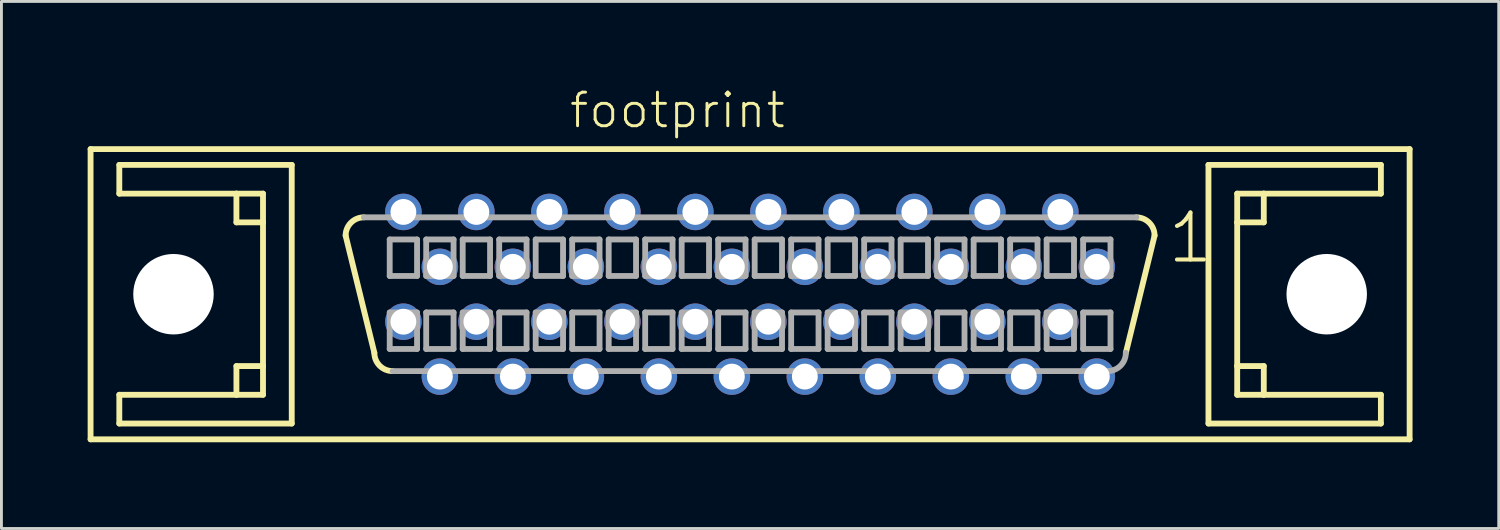
<source format=kicad_pcb>
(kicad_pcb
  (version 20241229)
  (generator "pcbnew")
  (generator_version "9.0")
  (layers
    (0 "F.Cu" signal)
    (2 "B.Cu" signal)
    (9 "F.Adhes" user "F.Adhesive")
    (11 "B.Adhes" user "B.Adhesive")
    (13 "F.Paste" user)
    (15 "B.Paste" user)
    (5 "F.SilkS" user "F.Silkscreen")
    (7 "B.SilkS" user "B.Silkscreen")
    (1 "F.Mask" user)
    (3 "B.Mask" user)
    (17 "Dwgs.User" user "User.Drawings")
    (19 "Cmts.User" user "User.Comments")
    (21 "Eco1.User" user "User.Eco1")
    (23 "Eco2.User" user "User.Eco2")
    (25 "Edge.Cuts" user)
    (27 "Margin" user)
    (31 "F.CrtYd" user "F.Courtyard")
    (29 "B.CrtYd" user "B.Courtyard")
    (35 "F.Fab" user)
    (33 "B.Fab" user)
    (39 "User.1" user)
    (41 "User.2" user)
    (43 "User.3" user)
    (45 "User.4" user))
  (footprint "footprint"
    (layer "F.Cu")
    (at 23.052 7.188)
    (property "Reference" "footprint" (at -6.35 -5.715 0) (layer "F.SilkS") (effects (font (size 1.168 1.168) (thickness 0.102)) (justify left bottom)))
    (fp_line (start -22.95 -5.05) (end 22.95 -5.05) (stroke (width 0.203) (type solid)) (layer "F.SilkS"))
    (fp_line (start -22.95 5.05) (end -22.95 -5.05) (stroke (width 0.203) (type solid)) (layer "F.SilkS"))
    (fp_line (start -21.95 -4.5) (end -21.95 -3.5) (stroke (width 0.203) (type solid)) (layer "F.SilkS"))
    (fp_line (start -21.95 -3.5) (end -17.875 -3.5) (stroke (width 0.203) (type solid)) (layer "F.SilkS"))
    (fp_line (start -21.95 3.5) (end -21.95 4.5) (stroke (width 0.203) (type solid)) (layer "F.SilkS"))
    (fp_line (start -21.95 4.5) (end -15.95 4.5) (stroke (width 0.203) (type solid)) (layer "F.SilkS"))
    (fp_line (start -17.875 -3.5) (end -17.875 -2.5) (stroke (width 0.203) (type solid)) (layer "F.SilkS"))
    (fp_line (start -17.875 -3.5) (end -16.95 -3.5) (stroke (width 0.203) (type solid)) (layer "F.SilkS"))
    (fp_line (start -17.875 -2.5) (end -16.95 -2.5) (stroke (width 0.203) (type solid)) (layer "F.SilkS"))
    (fp_line (start -17.875 2.5) (end -17.875 3.5) (stroke (width 0.203) (type solid)) (layer "F.SilkS"))
    (fp_line (start -17.875 3.5) (end -21.95 3.5) (stroke (width 0.203) (type solid)) (layer "F.SilkS"))
    (fp_line (start -16.95 -3.5) (end -16.95 -2.5) (stroke (width 0.203) (type solid)) (layer "F.SilkS"))
    (fp_line (start -16.95 -2.5) (end -16.95 2.5) (stroke (width 0.203) (type solid)) (layer "F.SilkS"))
    (fp_line (start -16.95 2.5) (end -17.875 2.5) (stroke (width 0.203) (type solid)) (layer "F.SilkS"))
    (fp_line (start -16.95 2.5) (end -16.95 3.5) (stroke (width 0.203) (type solid)) (layer "F.SilkS"))
    (fp_line (start -16.95 3.5) (end -17.875 3.5) (stroke (width 0.203) (type solid)) (layer "F.SilkS"))
    (fp_line (start -15.95 -4.5) (end -21.95 -4.5) (stroke (width 0.203) (type solid)) (layer "F.SilkS"))
    (fp_line (start -15.95 4.5) (end -15.95 -4.5) (stroke (width 0.203) (type solid)) (layer "F.SilkS"))
    (fp_line (start -13.075 2.04) (end -14.075 -2.04) (stroke (width 0.203) (type solid)) (layer "F.SilkS"))
    (fp_line (start 14.075 -2.04) (end 13.075 2.04) (stroke (width 0.203) (type solid)) (layer "F.SilkS"))
    (fp_line (start 15.95 -4.5) (end 15.95 4.5) (stroke (width 0.203) (type solid)) (layer "F.SilkS"))
    (fp_line (start 15.95 4.5) (end 21.95 4.5) (stroke (width 0.203) (type solid)) (layer "F.SilkS"))
    (fp_line (start 16.95 -3.5) (end 17.875 -3.5) (stroke (width 0.203) (type solid)) (layer "F.SilkS"))
    (fp_line (start 16.95 -2.5) (end 16.95 -3.5) (stroke (width 0.203) (type solid)) (layer "F.SilkS"))
    (fp_line (start 16.95 -2.5) (end 17.875 -2.5) (stroke (width 0.203) (type solid)) (layer "F.SilkS"))
    (fp_line (start 16.95 2.5) (end 16.95 -2.5) (stroke (width 0.203) (type solid)) (layer "F.SilkS"))
    (fp_line (start 16.95 3.5) (end 16.95 2.5) (stroke (width 0.203) (type solid)) (layer "F.SilkS"))
    (fp_line (start 17.875 -3.5) (end 21.95 -3.5) (stroke (width 0.203) (type solid)) (layer "F.SilkS"))
    (fp_line (start 17.875 -2.5) (end 17.875 -3.5) (stroke (width 0.203) (type solid)) (layer "F.SilkS"))
    (fp_line (start 17.875 2.5) (end 16.95 2.5) (stroke (width 0.203) (type solid)) (layer "F.SilkS"))
    (fp_line (start 17.875 3.5) (end 16.95 3.5) (stroke (width 0.203) (type solid)) (layer "F.SilkS"))
    (fp_line (start 17.875 3.5) (end 17.875 2.5) (stroke (width 0.203) (type solid)) (layer "F.SilkS"))
    (fp_line (start 21.95 -4.5) (end 15.95 -4.5) (stroke (width 0.203) (type solid)) (layer "F.SilkS"))
    (fp_line (start 21.95 -3.5) (end 21.95 -4.5) (stroke (width 0.203) (type solid)) (layer "F.SilkS"))
    (fp_line (start 21.95 3.5) (end 17.875 3.5) (stroke (width 0.203) (type solid)) (layer "F.SilkS"))
    (fp_line (start 21.95 4.5) (end 21.95 3.5) (stroke (width 0.203) (type solid)) (layer "F.SilkS"))
    (fp_line (start 22.95 -5.05) (end 22.95 5.05) (stroke (width 0.203) (type solid)) (layer "F.SilkS"))
    (fp_line (start 22.95 5.05) (end -22.95 5.05) (stroke (width 0.203) (type solid)) (layer "F.SilkS"))
    (fp_arc (start -14.075 -2.04) (mid -13.889013 -2.489013) (end -13.44 -2.675) (stroke (width 0.2032) (type solid)) (layer "F.SilkS"))
    (fp_arc (start -12.44 2.675) (mid -12.889013 2.489013) (end -13.075 2.04) (stroke (width 0.2032) (type solid)) (layer "F.SilkS"))
    (fp_arc (start 13.44 -2.675) (mid 13.889013 -2.489013) (end 14.075 -2.04) (stroke (width 0.2032) (type solid)) (layer "F.SilkS"))
    (fp_line (start -13.44 -2.675) (end 13.44 -2.675) (stroke (width 0.203) (type solid)) (layer "F.Fab"))
    (fp_line (start -12.541 -1.905) (end -12.541 -0.635) (stroke (width 0.203) (type solid)) (layer "F.Fab"))
    (fp_line (start -12.541 -0.635) (end -11.589 -0.635) (stroke (width 0.203) (type solid)) (layer "F.Fab"))
    (fp_line (start -12.541 0.635) (end -12.541 1.905) (stroke (width 0.203) (type solid)) (layer "F.Fab"))
    (fp_line (start -12.541 1.905) (end -11.589 1.905) (stroke (width 0.203) (type solid)) (layer "F.Fab"))
    (fp_line (start -11.589 -1.905) (end -12.541 -1.905) (stroke (width 0.203) (type solid)) (layer "F.Fab"))
    (fp_line (start -11.589 -0.635) (end -11.589 -1.905) (stroke (width 0.203) (type solid)) (layer "F.Fab"))
    (fp_line (start -11.589 0.635) (end -12.541 0.635) (stroke (width 0.203) (type solid)) (layer "F.Fab"))
    (fp_line (start -11.589 1.905) (end -11.589 0.635) (stroke (width 0.203) (type solid)) (layer "F.Fab"))
    (fp_line (start -11.271 -1.905) (end -11.271 -0.635) (stroke (width 0.203) (type solid)) (layer "F.Fab"))
    (fp_line (start -11.271 -0.635) (end -10.319 -0.635) (stroke (width 0.203) (type solid)) (layer "F.Fab"))
    (fp_line (start -11.271 0.635) (end -11.271 1.905) (stroke (width 0.203) (type solid)) (layer "F.Fab"))
    (fp_line (start -11.271 1.905) (end -10.319 1.905) (stroke (width 0.203) (type solid)) (layer "F.Fab"))
    (fp_line (start -10.319 -1.905) (end -11.271 -1.905) (stroke (width 0.203) (type solid)) (layer "F.Fab"))
    (fp_line (start -10.319 -0.635) (end -10.319 -1.905) (stroke (width 0.203) (type solid)) (layer "F.Fab"))
    (fp_line (start -10.319 0.635) (end -11.271 0.635) (stroke (width 0.203) (type solid)) (layer "F.Fab"))
    (fp_line (start -10.319 1.905) (end -10.319 0.635) (stroke (width 0.203) (type solid)) (layer "F.Fab"))
    (fp_line (start -10.001 -1.905) (end -10.001 -0.635) (stroke (width 0.203) (type solid)) (layer "F.Fab"))
    (fp_line (start -10.001 -0.635) (end -9.049 -0.635) (stroke (width 0.203) (type solid)) (layer "F.Fab"))
    (fp_line (start -10.001 0.635) (end -10.001 1.905) (stroke (width 0.203) (type solid)) (layer "F.Fab"))
    (fp_line (start -10.001 1.905) (end -9.049 1.905) (stroke (width 0.203) (type solid)) (layer "F.Fab"))
    (fp_line (start -9.049 -1.905) (end -10.001 -1.905) (stroke (width 0.203) (type solid)) (layer "F.Fab"))
    (fp_line (start -9.049 -0.635) (end -9.049 -1.905) (stroke (width 0.203) (type solid)) (layer "F.Fab"))
    (fp_line (start -9.049 0.635) (end -10.001 0.635) (stroke (width 0.203) (type solid)) (layer "F.Fab"))
    (fp_line (start -9.049 1.905) (end -9.049 0.635) (stroke (width 0.203) (type solid)) (layer "F.Fab"))
    (fp_line (start -8.731 -1.905) (end -8.731 -0.635) (stroke (width 0.203) (type solid)) (layer "F.Fab"))
    (fp_line (start -8.731 -0.635) (end -7.779 -0.635) (stroke (width 0.203) (type solid)) (layer "F.Fab"))
    (fp_line (start -8.731 0.635) (end -8.731 1.905) (stroke (width 0.203) (type solid)) (layer "F.Fab"))
    (fp_line (start -8.731 1.905) (end -7.779 1.905) (stroke (width 0.203) (type solid)) (layer "F.Fab"))
    (fp_line (start -7.779 -1.905) (end -8.731 -1.905) (stroke (width 0.203) (type solid)) (layer "F.Fab"))
    (fp_line (start -7.779 -0.635) (end -7.779 -1.905) (stroke (width 0.203) (type solid)) (layer "F.Fab"))
    (fp_line (start -7.779 0.635) (end -8.731 0.635) (stroke (width 0.203) (type solid)) (layer "F.Fab"))
    (fp_line (start -7.779 1.905) (end -7.779 0.635) (stroke (width 0.203) (type solid)) (layer "F.Fab"))
    (fp_line (start -7.461 -1.905) (end -7.461 -0.635) (stroke (width 0.203) (type solid)) (layer "F.Fab"))
    (fp_line (start -7.461 -0.635) (end -6.509 -0.635) (stroke (width 0.203) (type solid)) (layer "F.Fab"))
    (fp_line (start -7.461 0.635) (end -7.461 1.905) (stroke (width 0.203) (type solid)) (layer "F.Fab"))
    (fp_line (start -7.461 1.905) (end -6.509 1.905) (stroke (width 0.203) (type solid)) (layer "F.Fab"))
    (fp_line (start -6.509 -1.905) (end -7.461 -1.905) (stroke (width 0.203) (type solid)) (layer "F.Fab"))
    (fp_line (start -6.509 -0.635) (end -6.509 -1.905) (stroke (width 0.203) (type solid)) (layer "F.Fab"))
    (fp_line (start -6.509 0.635) (end -7.461 0.635) (stroke (width 0.203) (type solid)) (layer "F.Fab"))
    (fp_line (start -6.509 1.905) (end -6.509 0.635) (stroke (width 0.203) (type solid)) (layer "F.Fab"))
    (fp_line (start -6.191 -1.905) (end -6.191 -0.635) (stroke (width 0.203) (type solid)) (layer "F.Fab"))
    (fp_line (start -6.191 -0.635) (end -5.239 -0.635) (stroke (width 0.203) (type solid)) (layer "F.Fab"))
    (fp_line (start -6.191 0.635) (end -6.191 1.905) (stroke (width 0.203) (type solid)) (layer "F.Fab"))
    (fp_line (start -6.191 1.905) (end -5.239 1.905) (stroke (width 0.203) (type solid)) (layer "F.Fab"))
    (fp_line (start -5.239 -1.905) (end -6.191 -1.905) (stroke (width 0.203) (type solid)) (layer "F.Fab"))
    (fp_line (start -5.239 -0.635) (end -5.239 -1.905) (stroke (width 0.203) (type solid)) (layer "F.Fab"))
    (fp_line (start -5.239 0.635) (end -6.191 0.635) (stroke (width 0.203) (type solid)) (layer "F.Fab"))
    (fp_line (start -5.239 1.905) (end -5.239 0.635) (stroke (width 0.203) (type solid)) (layer "F.Fab"))
    (fp_line (start -4.921 -1.905) (end -4.921 -0.635) (stroke (width 0.203) (type solid)) (layer "F.Fab"))
    (fp_line (start -4.921 -0.635) (end -3.969 -0.635) (stroke (width 0.203) (type solid)) (layer "F.Fab"))
    (fp_line (start -4.921 0.635) (end -4.921 1.905) (stroke (width 0.203) (type solid)) (layer "F.Fab"))
    (fp_line (start -4.921 1.905) (end -3.969 1.905) (stroke (width 0.203) (type solid)) (layer "F.Fab"))
    (fp_line (start -3.969 -1.905) (end -4.921 -1.905) (stroke (width 0.203) (type solid)) (layer "F.Fab"))
    (fp_line (start -3.969 -0.635) (end -3.969 -1.905) (stroke (width 0.203) (type solid)) (layer "F.Fab"))
    (fp_line (start -3.969 0.635) (end -4.921 0.635) (stroke (width 0.203) (type solid)) (layer "F.Fab"))
    (fp_line (start -3.969 1.905) (end -3.969 0.635) (stroke (width 0.203) (type solid)) (layer "F.Fab"))
    (fp_line (start -3.651 -1.905) (end -3.651 -0.635) (stroke (width 0.203) (type solid)) (layer "F.Fab"))
    (fp_line (start -3.651 -0.635) (end -2.699 -0.635) (stroke (width 0.203) (type solid)) (layer "F.Fab"))
    (fp_line (start -3.651 0.635) (end -3.651 1.905) (stroke (width 0.203) (type solid)) (layer "F.Fab"))
    (fp_line (start -3.651 1.905) (end -2.699 1.905) (stroke (width 0.203) (type solid)) (layer "F.Fab"))
    (fp_line (start -2.699 -1.905) (end -3.651 -1.905) (stroke (width 0.203) (type solid)) (layer "F.Fab"))
    (fp_line (start -2.699 -0.635) (end -2.699 -1.905) (stroke (width 0.203) (type solid)) (layer "F.Fab"))
    (fp_line (start -2.699 0.635) (end -3.651 0.635) (stroke (width 0.203) (type solid)) (layer "F.Fab"))
    (fp_line (start -2.699 1.905) (end -2.699 0.635) (stroke (width 0.203) (type solid)) (layer "F.Fab"))
    (fp_line (start -2.381 -1.905) (end -2.381 -0.635) (stroke (width 0.203) (type solid)) (layer "F.Fab"))
    (fp_line (start -2.381 -0.635) (end -1.429 -0.635) (stroke (width 0.203) (type solid)) (layer "F.Fab"))
    (fp_line (start -2.381 0.635) (end -2.381 1.905) (stroke (width 0.203) (type solid)) (layer "F.Fab"))
    (fp_line (start -2.381 1.905) (end -1.429 1.905) (stroke (width 0.203) (type solid)) (layer "F.Fab"))
    (fp_line (start -1.429 -1.905) (end -2.381 -1.905) (stroke (width 0.203) (type solid)) (layer "F.Fab"))
    (fp_line (start -1.429 -0.635) (end -1.429 -1.905) (stroke (width 0.203) (type solid)) (layer "F.Fab"))
    (fp_line (start -1.429 0.635) (end -2.381 0.635) (stroke (width 0.203) (type solid)) (layer "F.Fab"))
    (fp_line (start -1.429 1.905) (end -1.429 0.635) (stroke (width 0.203) (type solid)) (layer "F.Fab"))
    (fp_line (start -1.111 -1.905) (end -1.111 -0.635) (stroke (width 0.203) (type solid)) (layer "F.Fab"))
    (fp_line (start -1.111 -0.635) (end -0.159 -0.635) (stroke (width 0.203) (type solid)) (layer "F.Fab"))
    (fp_line (start -1.111 0.635) (end -1.111 1.905) (stroke (width 0.203) (type solid)) (layer "F.Fab"))
    (fp_line (start -1.111 1.905) (end -0.159 1.905) (stroke (width 0.203) (type solid)) (layer "F.Fab"))
    (fp_line (start -0.159 -1.905) (end -1.111 -1.905) (stroke (width 0.203) (type solid)) (layer "F.Fab"))
    (fp_line (start -0.159 -0.635) (end -0.159 -1.905) (stroke (width 0.203) (type solid)) (layer "F.Fab"))
    (fp_line (start -0.159 0.635) (end -1.111 0.635) (stroke (width 0.203) (type solid)) (layer "F.Fab"))
    (fp_line (start -0.159 1.905) (end -0.159 0.635) (stroke (width 0.203) (type solid)) (layer "F.Fab"))
    (fp_line (start 0.159 -1.905) (end 0.159 -0.635) (stroke (width 0.203) (type solid)) (layer "F.Fab"))
    (fp_line (start 0.159 -0.635) (end 1.111 -0.635) (stroke (width 0.203) (type solid)) (layer "F.Fab"))
    (fp_line (start 0.159 0.635) (end 0.159 1.905) (stroke (width 0.203) (type solid)) (layer "F.Fab"))
    (fp_line (start 0.159 1.905) (end 1.111 1.905) (stroke (width 0.203) (type solid)) (layer "F.Fab"))
    (fp_line (start 1.111 -1.905) (end 0.159 -1.905) (stroke (width 0.203) (type solid)) (layer "F.Fab"))
    (fp_line (start 1.111 -0.635) (end 1.111 -1.905) (stroke (width 0.203) (type solid)) (layer "F.Fab"))
    (fp_line (start 1.111 0.635) (end 0.159 0.635) (stroke (width 0.203) (type solid)) (layer "F.Fab"))
    (fp_line (start 1.111 1.905) (end 1.111 0.635) (stroke (width 0.203) (type solid)) (layer "F.Fab"))
    (fp_line (start 1.429 -1.905) (end 1.429 -0.635) (stroke (width 0.203) (type solid)) (layer "F.Fab"))
    (fp_line (start 1.429 -0.635) (end 2.381 -0.635) (stroke (width 0.203) (type solid)) (layer "F.Fab"))
    (fp_line (start 1.429 0.635) (end 1.429 1.905) (stroke (width 0.203) (type solid)) (layer "F.Fab"))
    (fp_line (start 1.429 1.905) (end 2.381 1.905) (stroke (width 0.203) (type solid)) (layer "F.Fab"))
    (fp_line (start 2.381 -1.905) (end 1.429 -1.905) (stroke (width 0.203) (type solid)) (layer "F.Fab"))
    (fp_line (start 2.381 -0.635) (end 2.381 -1.905) (stroke (width 0.203) (type solid)) (layer "F.Fab"))
    (fp_line (start 2.381 0.635) (end 1.429 0.635) (stroke (width 0.203) (type solid)) (layer "F.Fab"))
    (fp_line (start 2.381 1.905) (end 2.381 0.635) (stroke (width 0.203) (type solid)) (layer "F.Fab"))
    (fp_line (start 2.699 -1.905) (end 2.699 -0.635) (stroke (width 0.203) (type solid)) (layer "F.Fab"))
    (fp_line (start 2.699 -0.635) (end 3.651 -0.635) (stroke (width 0.203) (type solid)) (layer "F.Fab"))
    (fp_line (start 2.699 0.635) (end 2.699 1.905) (stroke (width 0.203) (type solid)) (layer "F.Fab"))
    (fp_line (start 2.699 1.905) (end 3.651 1.905) (stroke (width 0.203) (type solid)) (layer "F.Fab"))
    (fp_line (start 3.651 -1.905) (end 2.699 -1.905) (stroke (width 0.203) (type solid)) (layer "F.Fab"))
    (fp_line (start 3.651 -0.635) (end 3.651 -1.905) (stroke (width 0.203) (type solid)) (layer "F.Fab"))
    (fp_line (start 3.651 0.635) (end 2.699 0.635) (stroke (width 0.203) (type solid)) (layer "F.Fab"))
    (fp_line (start 3.651 1.905) (end 3.651 0.635) (stroke (width 0.203) (type solid)) (layer "F.Fab"))
    (fp_line (start 3.969 -1.905) (end 3.969 -0.635) (stroke (width 0.203) (type solid)) (layer "F.Fab"))
    (fp_line (start 3.969 -0.635) (end 4.921 -0.635) (stroke (width 0.203) (type solid)) (layer "F.Fab"))
    (fp_line (start 3.969 0.635) (end 3.969 1.905) (stroke (width 0.203) (type solid)) (layer "F.Fab"))
    (fp_line (start 3.969 1.905) (end 4.921 1.905) (stroke (width 0.203) (type solid)) (layer "F.Fab"))
    (fp_line (start 4.921 -1.905) (end 3.969 -1.905) (stroke (width 0.203) (type solid)) (layer "F.Fab"))
    (fp_line (start 4.921 -0.635) (end 4.921 -1.905) (stroke (width 0.203) (type solid)) (layer "F.Fab"))
    (fp_line (start 4.921 0.635) (end 3.969 0.635) (stroke (width 0.203) (type solid)) (layer "F.Fab"))
    (fp_line (start 4.921 1.905) (end 4.921 0.635) (stroke (width 0.203) (type solid)) (layer "F.Fab"))
    (fp_line (start 5.239 -1.905) (end 5.239 -0.635) (stroke (width 0.203) (type solid)) (layer "F.Fab"))
    (fp_line (start 5.239 -0.635) (end 6.191 -0.635) (stroke (width 0.203) (type solid)) (layer "F.Fab"))
    (fp_line (start 5.239 0.635) (end 5.239 1.905) (stroke (width 0.203) (type solid)) (layer "F.Fab"))
    (fp_line (start 5.239 1.905) (end 6.191 1.905) (stroke (width 0.203) (type solid)) (layer "F.Fab"))
    (fp_line (start 6.191 -1.905) (end 5.239 -1.905) (stroke (width 0.203) (type solid)) (layer "F.Fab"))
    (fp_line (start 6.191 -0.635) (end 6.191 -1.905) (stroke (width 0.203) (type solid)) (layer "F.Fab"))
    (fp_line (start 6.191 0.635) (end 5.239 0.635) (stroke (width 0.203) (type solid)) (layer "F.Fab"))
    (fp_line (start 6.191 1.905) (end 6.191 0.635) (stroke (width 0.203) (type solid)) (layer "F.Fab"))
    (fp_line (start 6.509 -1.905) (end 6.509 -0.635) (stroke (width 0.203) (type solid)) (layer "F.Fab"))
    (fp_line (start 6.509 -0.635) (end 7.461 -0.635) (stroke (width 0.203) (type solid)) (layer "F.Fab"))
    (fp_line (start 6.509 0.635) (end 6.509 1.905) (stroke (width 0.203) (type solid)) (layer "F.Fab"))
    (fp_line (start 6.509 1.905) (end 7.461 1.905) (stroke (width 0.203) (type solid)) (layer "F.Fab"))
    (fp_line (start 7.461 -1.905) (end 6.509 -1.905) (stroke (width 0.203) (type solid)) (layer "F.Fab"))
    (fp_line (start 7.461 -0.635) (end 7.461 -1.905) (stroke (width 0.203) (type solid)) (layer "F.Fab"))
    (fp_line (start 7.461 0.635) (end 6.509 0.635) (stroke (width 0.203) (type solid)) (layer "F.Fab"))
    (fp_line (start 7.461 1.905) (end 7.461 0.635) (stroke (width 0.203) (type solid)) (layer "F.Fab"))
    (fp_line (start 7.779 -1.905) (end 7.779 -0.635) (stroke (width 0.203) (type solid)) (layer "F.Fab"))
    (fp_line (start 7.779 -0.635) (end 8.731 -0.635) (stroke (width 0.203) (type solid)) (layer "F.Fab"))
    (fp_line (start 7.779 0.635) (end 7.779 1.905) (stroke (width 0.203) (type solid)) (layer "F.Fab"))
    (fp_line (start 7.779 1.905) (end 8.731 1.905) (stroke (width 0.203) (type solid)) (layer "F.Fab"))
    (fp_line (start 8.731 -1.905) (end 7.779 -1.905) (stroke (width 0.203) (type solid)) (layer "F.Fab"))
    (fp_line (start 8.731 -0.635) (end 8.731 -1.905) (stroke (width 0.203) (type solid)) (layer "F.Fab"))
    (fp_line (start 8.731 0.635) (end 7.779 0.635) (stroke (width 0.203) (type solid)) (layer "F.Fab"))
    (fp_line (start 8.731 1.905) (end 8.731 0.635) (stroke (width 0.203) (type solid)) (layer "F.Fab"))
    (fp_line (start 9.049 -1.905) (end 9.049 -0.635) (stroke (width 0.203) (type solid)) (layer "F.Fab"))
    (fp_line (start 9.049 -0.635) (end 10.001 -0.635) (stroke (width 0.203) (type solid)) (layer "F.Fab"))
    (fp_line (start 9.049 0.635) (end 9.049 1.905) (stroke (width 0.203) (type solid)) (layer "F.Fab"))
    (fp_line (start 9.049 1.905) (end 10.001 1.905) (stroke (width 0.203) (type solid)) (layer "F.Fab"))
    (fp_line (start 10.001 -1.905) (end 9.049 -1.905) (stroke (width 0.203) (type solid)) (layer "F.Fab"))
    (fp_line (start 10.001 -0.635) (end 10.001 -1.905) (stroke (width 0.203) (type solid)) (layer "F.Fab"))
    (fp_line (start 10.001 0.635) (end 9.049 0.635) (stroke (width 0.203) (type solid)) (layer "F.Fab"))
    (fp_line (start 10.001 1.905) (end 10.001 0.635) (stroke (width 0.203) (type solid)) (layer "F.Fab"))
    (fp_line (start 10.319 -1.905) (end 10.319 -0.635) (stroke (width 0.203) (type solid)) (layer "F.Fab"))
    (fp_line (start 10.319 -0.635) (end 11.271 -0.635) (stroke (width 0.203) (type solid)) (layer "F.Fab"))
    (fp_line (start 10.319 0.635) (end 10.319 1.905) (stroke (width 0.203) (type solid)) (layer "F.Fab"))
    (fp_line (start 10.319 1.905) (end 11.271 1.905) (stroke (width 0.203) (type solid)) (layer "F.Fab"))
    (fp_line (start 11.271 -1.905) (end 10.319 -1.905) (stroke (width 0.203) (type solid)) (layer "F.Fab"))
    (fp_line (start 11.271 -0.635) (end 11.271 -1.905) (stroke (width 0.203) (type solid)) (layer "F.Fab"))
    (fp_line (start 11.271 0.635) (end 10.319 0.635) (stroke (width 0.203) (type solid)) (layer "F.Fab"))
    (fp_line (start 11.271 1.905) (end 11.271 0.635) (stroke (width 0.203) (type solid)) (layer "F.Fab"))
    (fp_line (start 11.589 -1.905) (end 11.589 -0.635) (stroke (width 0.203) (type solid)) (layer "F.Fab"))
    (fp_line (start 11.589 -0.635) (end 12.541 -0.635) (stroke (width 0.203) (type solid)) (layer "F.Fab"))
    (fp_line (start 11.589 0.635) (end 11.589 1.905) (stroke (width 0.203) (type solid)) (layer "F.Fab"))
    (fp_line (start 11.589 1.905) (end 12.541 1.905) (stroke (width 0.203) (type solid)) (layer "F.Fab"))
    (fp_line (start 12.44 2.675) (end -12.44 2.675) (stroke (width 0.203) (type solid)) (layer "F.Fab"))
    (fp_line (start 12.541 -1.905) (end 11.589 -1.905) (stroke (width 0.203) (type solid)) (layer "F.Fab"))
    (fp_line (start 12.541 -0.635) (end 12.541 -1.905) (stroke (width 0.203) (type solid)) (layer "F.Fab"))
    (fp_line (start 12.541 0.635) (end 11.589 0.635) (stroke (width 0.203) (type solid)) (layer "F.Fab"))
    (fp_line (start 12.541 1.905) (end 12.541 0.635) (stroke (width 0.203) (type solid)) (layer "F.Fab"))
    (fp_arc (start 13.075 2.04) (mid 12.889013 2.489013) (end 12.44 2.675) (stroke (width 0.2032) (type solid)) (layer "F.Fab"))
    (fp_text user "1" (at 14.45 -1 0) (layer "F.SilkS") (effects (font (size 1.636 1.636) (thickness 0.142)) (justify left bottom)))
    (pad "" np_thru_hole circle (at -20.065 0) (size 2.8 2.8) (drill 2.8) (layers "*.Cu" "*.Mask"))
    (pad "" np_thru_hole circle (at 20.065 0) (size 2.8 2.8) (drill 2.8) (layers "*.Cu" "*.Mask"))
    (pad "1" thru_hole circle (at 12.065 -0.953) (size 1.27 1.27) (drill 0.9) (layers "*.Cu" "*.Mask"))
    (pad "2" thru_hole circle (at 10.795 -2.863) (size 1.27 1.27) (drill 0.9) (layers "*.Cu" "*.Mask"))
    (pad "3" thru_hole circle (at 9.525 -0.953) (size 1.27 1.27) (drill 0.9) (layers "*.Cu" "*.Mask"))
    (pad "4" thru_hole circle (at 8.255 -2.863) (size 1.27 1.27) (drill 0.9) (layers "*.Cu" "*.Mask"))
    (pad "5" thru_hole circle (at 6.985 -0.953) (size 1.27 1.27) (drill 0.9) (layers "*.Cu" "*.Mask"))
    (pad "6" thru_hole circle (at 5.715 -2.863) (size 1.27 1.27) (drill 0.9) (layers "*.Cu" "*.Mask"))
    (pad "7" thru_hole circle (at 4.445 -0.953) (size 1.27 1.27) (drill 0.9) (layers "*.Cu" "*.Mask"))
    (pad "8" thru_hole circle (at 3.175 -2.863) (size 1.27 1.27) (drill 0.9) (layers "*.Cu" "*.Mask"))
    (pad "9" thru_hole circle (at 1.905 -0.953) (size 1.27 1.27) (drill 0.9) (layers "*.Cu" "*.Mask"))
    (pad "10" thru_hole circle (at 0.635 -2.863) (size 1.27 1.27) (drill 0.9) (layers "*.Cu" "*.Mask"))
    (pad "11" thru_hole circle (at -0.635 -0.953) (size 1.27 1.27) (drill 0.9) (layers "*.Cu" "*.Mask"))
    (pad "12" thru_hole circle (at -1.905 -2.863) (size 1.27 1.27) (drill 0.9) (layers "*.Cu" "*.Mask"))
    (pad "13" thru_hole circle (at -3.175 -0.953) (size 1.27 1.27) (drill 0.9) (layers "*.Cu" "*.Mask"))
    (pad "14" thru_hole circle (at -4.445 -2.863) (size 1.27 1.27) (drill 0.9) (layers "*.Cu" "*.Mask"))
    (pad "15" thru_hole circle (at -5.715 -0.953) (size 1.27 1.27) (drill 0.9) (layers "*.Cu" "*.Mask"))
    (pad "16" thru_hole circle (at -6.985 -2.863) (size 1.27 1.27) (drill 0.9) (layers "*.Cu" "*.Mask"))
    (pad "17" thru_hole circle (at -8.255 -0.953) (size 1.27 1.27) (drill 0.9) (layers "*.Cu" "*.Mask"))
    (pad "18" thru_hole circle (at -9.525 -2.863) (size 1.27 1.27) (drill 0.9) (layers "*.Cu" "*.Mask"))
    (pad "19" thru_hole circle (at -10.795 -0.953) (size 1.27 1.27) (drill 0.9) (layers "*.Cu" "*.Mask"))
    (pad "20" thru_hole circle (at -12.065 -2.863) (size 1.27 1.27) (drill 0.9) (layers "*.Cu" "*.Mask"))
    (pad "21" thru_hole circle (at 12.065 2.867) (size 1.27 1.27) (drill 0.9) (layers "*.Cu" "*.Mask"))
    (pad "22" thru_hole circle (at 10.795 0.957) (size 1.27 1.27) (drill 0.9) (layers "*.Cu" "*.Mask"))
    (pad "23" thru_hole circle (at 9.525 2.867) (size 1.27 1.27) (drill 0.9) (layers "*.Cu" "*.Mask"))
    (pad "24" thru_hole circle (at 8.255 0.957) (size 1.27 1.27) (drill 0.9) (layers "*.Cu" "*.Mask"))
    (pad "25" thru_hole circle (at 6.985 2.867) (size 1.27 1.27) (drill 0.9) (layers "*.Cu" "*.Mask"))
    (pad "26" thru_hole circle (at 5.715 0.957) (size 1.27 1.27) (drill 0.9) (layers "*.Cu" "*.Mask"))
    (pad "27" thru_hole circle (at 4.445 2.867) (size 1.27 1.27) (drill 0.9) (layers "*.Cu" "*.Mask"))
    (pad "28" thru_hole circle (at 3.175 0.957) (size 1.27 1.27) (drill 0.9) (layers "*.Cu" "*.Mask"))
    (pad "29" thru_hole circle (at 1.905 2.867) (size 1.27 1.27) (drill 0.9) (layers "*.Cu" "*.Mask"))
    (pad "30" thru_hole circle (at 0.635 0.957) (size 1.27 1.27) (drill 0.9) (layers "*.Cu" "*.Mask"))
    (pad "31" thru_hole circle (at -0.635 2.867) (size 1.27 1.27) (drill 0.9) (layers "*.Cu" "*.Mask"))
    (pad "32" thru_hole circle (at -1.905 0.957) (size 1.27 1.27) (drill 0.9) (layers "*.Cu" "*.Mask"))
    (pad "33" thru_hole circle (at -3.175 2.867) (size 1.27 1.27) (drill 0.9) (layers "*.Cu" "*.Mask"))
    (pad "34" thru_hole circle (at -4.445 0.957) (size 1.27 1.27) (drill 0.9) (layers "*.Cu" "*.Mask"))
    (pad "35" thru_hole circle (at -5.715 2.867) (size 1.27 1.27) (drill 0.9) (layers "*.Cu" "*.Mask"))
    (pad "36" thru_hole circle (at -6.985 0.957) (size 1.27 1.27) (drill 0.9) (layers "*.Cu" "*.Mask"))
    (pad "37" thru_hole circle (at -8.255 2.867) (size 1.27 1.27) (drill 0.9) (layers "*.Cu" "*.Mask"))
    (pad "38" thru_hole circle (at -9.525 0.957) (size 1.27 1.27) (drill 0.9) (layers "*.Cu" "*.Mask"))
    (pad "39" thru_hole circle (at -10.795 2.867) (size 1.27 1.27) (drill 0.9) (layers "*.Cu" "*.Mask"))
    (pad "40" thru_hole circle (at -12.065 0.957) (size 1.27 1.27) (drill 0.9) (layers "*.Cu" "*.Mask")))
  (gr_rect
    (start -3 -3)
    (end 49.103 15.34)
    (stroke (width 0.1) (type default))
    (fill no)
    (layer "Edge.Cuts")))
</source>
